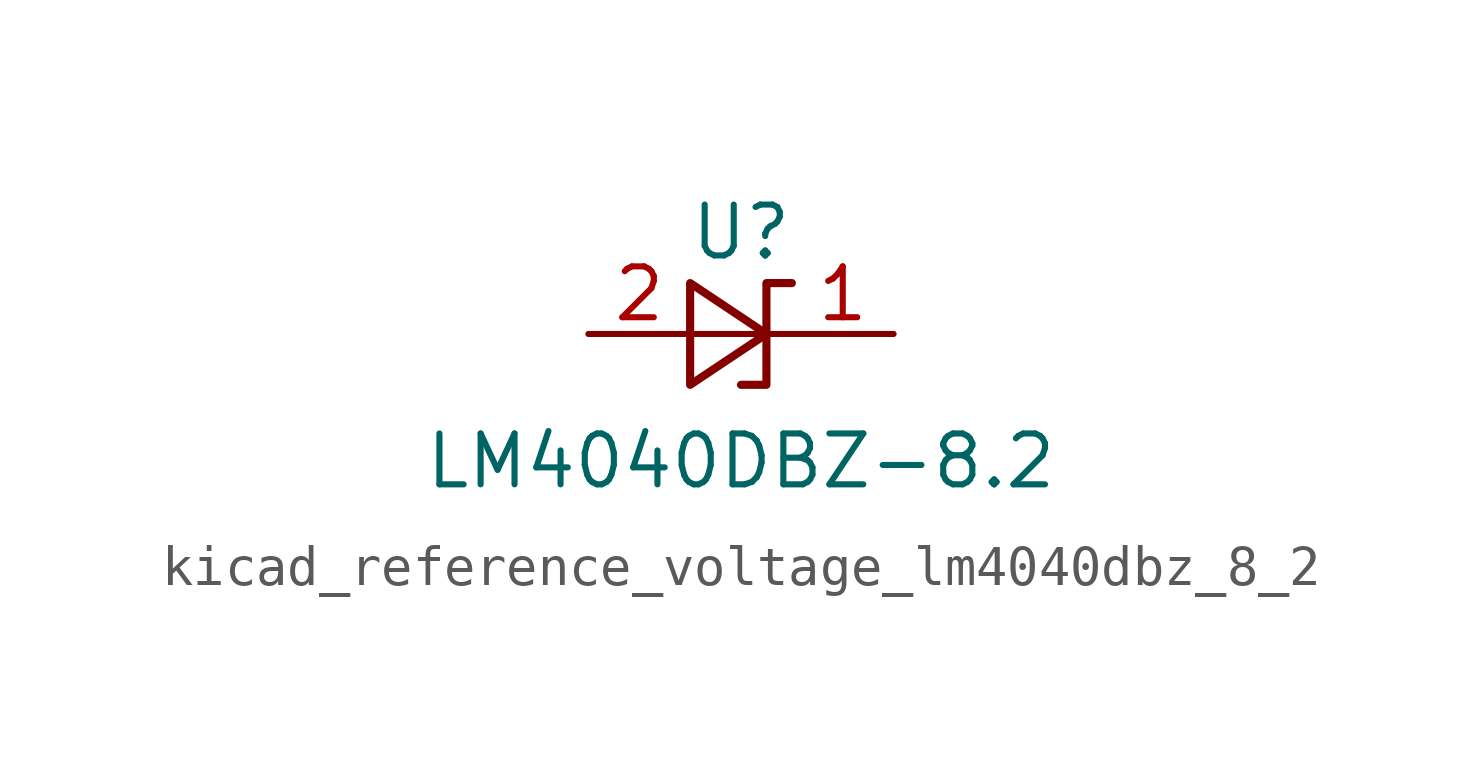
<source format=kicad_sym>
(kicad_symbol_lib
  (version 20220914)
  (generator kicad_symbol_editor)
  (symbol "kicad_reference_voltage_lm4040dbz_8_2"
    (pin_names
      (offset 0.025) hide)
    (property "Reference" "U"
      (at 0 2.54 0)
      (effects (font (size 1.27 1.27))))
    (property "Value" "LM4040DBZ-8.2"
      (at 0 -3.175 0)
      (effects (font (size 1.27 1.27))))
    (symbol "kicad_reference_voltage_lm4040dbz_8_2_0_1"
      (polyline (pts (xy -1.27 0) (xy 0 0) (xy 1.27 0)) (stroke (width 0) (type default)) (fill (type none)))
      (polyline (pts (xy -1.27 -1.27) (xy 0.635 0) (xy -1.27 1.27) (xy -1.27 -1.27)) (stroke (width 0.203) (type default)) (fill (type none)))
      (polyline (pts (xy 0 -1.27) (xy 0.635 -1.27) (xy 0.635 1.27) (xy 1.27 1.27)) (stroke (width 0.203) (type default)) (fill (type none))))
    (symbol "kicad_reference_voltage_lm4040dbz_8_2_1_1"
      (pin passive line (at 3.81 0 180) (length 2.54) (name "K" (effects (font (size 1.27 1.27)))) (number "1" (effects (font (size 1.27 1.27)))))
      (pin passive line (at -3.81 0 0) (length 2.54) (name "A" (effects (font (size 1.27 1.27)))) (number "2" (effects (font (size 1.27 1.27))))))))
</source>
